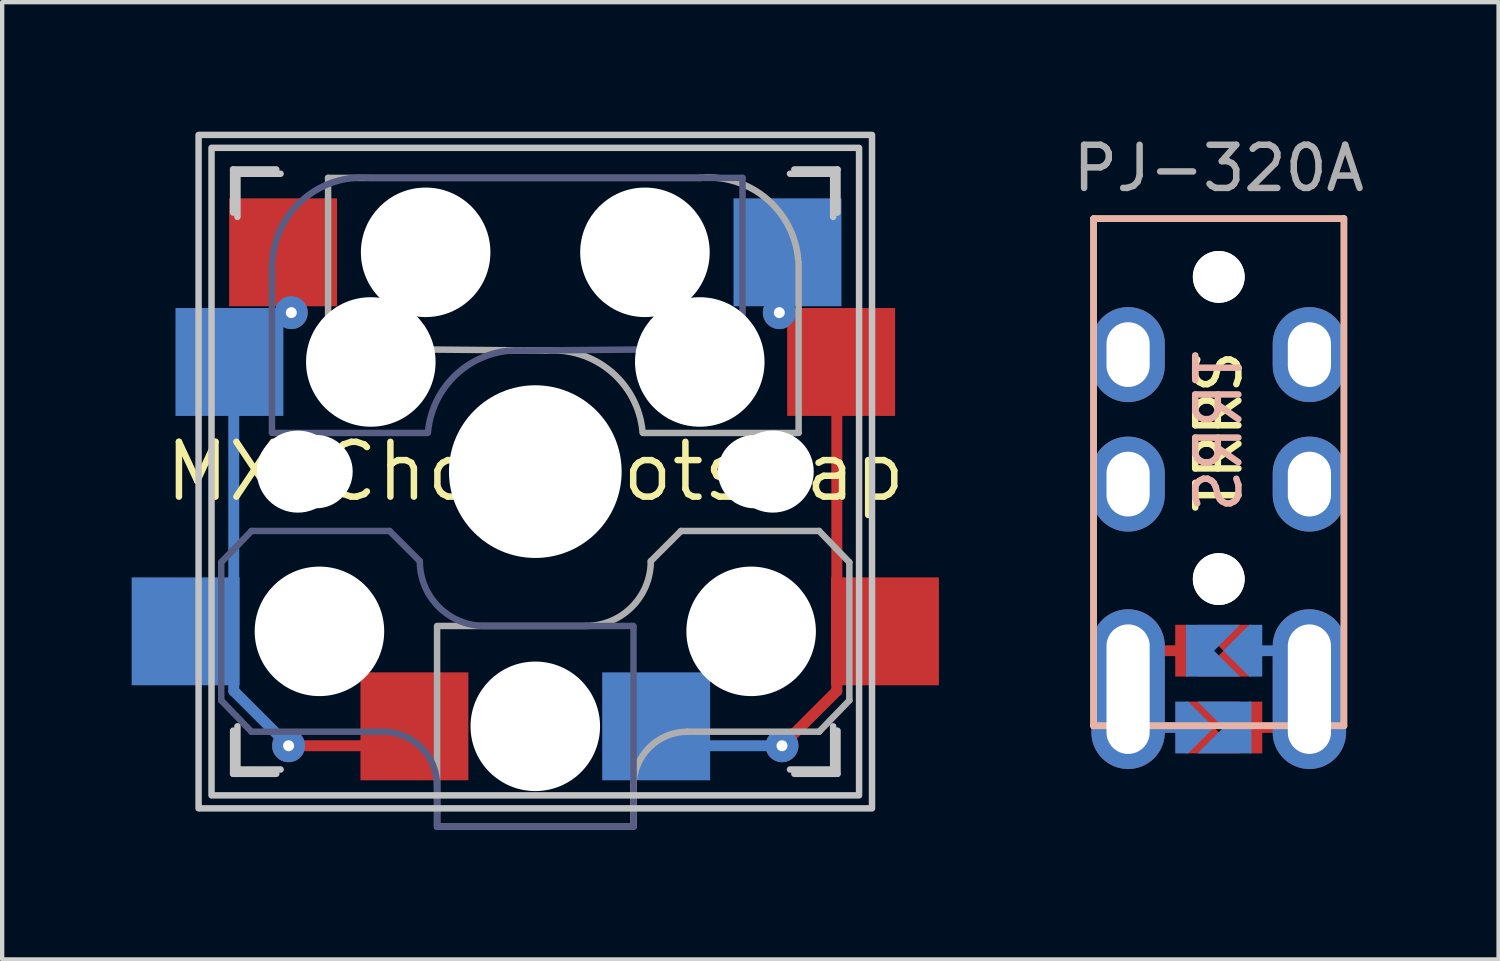
<source format=kicad_pcb>
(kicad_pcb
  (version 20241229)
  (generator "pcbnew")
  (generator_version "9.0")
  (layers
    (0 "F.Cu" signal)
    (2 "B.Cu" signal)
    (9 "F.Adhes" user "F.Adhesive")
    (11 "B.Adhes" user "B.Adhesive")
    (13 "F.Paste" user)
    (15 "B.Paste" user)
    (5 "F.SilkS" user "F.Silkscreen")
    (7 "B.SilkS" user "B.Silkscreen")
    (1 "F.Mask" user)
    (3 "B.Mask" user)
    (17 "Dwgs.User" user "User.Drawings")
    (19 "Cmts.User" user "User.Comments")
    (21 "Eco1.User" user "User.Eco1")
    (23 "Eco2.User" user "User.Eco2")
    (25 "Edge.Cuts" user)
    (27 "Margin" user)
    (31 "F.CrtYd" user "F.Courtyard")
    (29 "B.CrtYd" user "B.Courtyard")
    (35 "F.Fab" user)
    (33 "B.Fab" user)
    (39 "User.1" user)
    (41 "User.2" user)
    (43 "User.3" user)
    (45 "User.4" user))
  (footprint "PJ-320A"
    (layer "F.Cu")
    (at 25.182 1.864)
    (property "Reference" "PJ-320A" (at 0 -1.016 0) (layer "F.Fab") (effects (font (size 1 1) (thickness 0.15))))
    (attr through_hole)
    (fp_line (start -2.9 0.15) (end 2.9 0.15) (stroke (width 0.15) (type solid)) (layer "F.SilkS"))
    (fp_line (start -2.9 11.9) (end -2.9 0.15) (stroke (width 0.15) (type solid)) (layer "F.SilkS"))
    (fp_line (start 2.9 0.15) (end 2.9 11.9) (stroke (width 0.15) (type solid)) (layer "F.SilkS"))
    (fp_line (start 2.9 11.9) (end -2.9 11.9) (stroke (width 0.15) (type solid)) (layer "F.SilkS"))
    (fp_line (start -2.9 0.15) (end -2.9 11.9) (stroke (width 0.15) (type solid)) (layer "B.SilkS"))
    (fp_line (start -2.9 11.9) (end 2.9 11.9) (stroke (width 0.15) (type solid)) (layer "B.SilkS"))
    (fp_line (start 2.9 0.15) (end -2.9 0.15) (stroke (width 0.15) (type solid)) (layer "B.SilkS"))
    (fp_line (start 2.9 11.9) (end 2.9 0.15) (stroke (width 0.15) (type solid)) (layer "B.SilkS"))
    (fp_text user "TRRS" (at 0 5.08 90) (layer "F.SilkS") (effects (font (size 1 1) (thickness 0.15))))
    (fp_text user "TRRS" (at 0 5.08 90) (layer "B.SilkS") (effects (font (size 1 1) (thickness 0.15)) (justify mirror)))
    (pad "" thru_hole oval (at -2.1 11.05 180) (size 1.7 3.7) (drill oval 1 3) (layers "*.Cu" "*.Mask"))
    (pad "" smd custom (at -1.016 10.16 90) (size 0.25 1) (layers "F.Cu") (options (anchor rect)) (primitives))
    (pad "" smd custom (at -1.016 11.938 90) (size 0.25 1) (layers "B.Cu") (options (anchor rect)) (primitives))
    (pad "" smd custom (at -0.508 10.16 90) (size 0.1 0.1) (layers "F.Cu" "F.Mask") (options (anchor rect)) (primitives (gr_poly (pts (xy 0.6 -0.5) (xy -0.6 -0.5) (xy -0.6 -0.2) (xy 0 0.4) (xy 0.6 -0.2)) (width 0) (fill yes))))
    (pad "" smd custom (at -0.508 11.938 90) (size 0.1 0.1) (layers "B.Cu" "B.Mask") (options (anchor rect)) (primitives (gr_poly (pts (xy 0.6 -0.5) (xy -0.6 -0.5) (xy -0.6 -0.2) (xy 0 0.4) (xy 0.6 -0.2)) (width 0) (fill yes))))
    (pad "" np_thru_hole circle (at 0 1.5 180) (size 1.2 1.2) (drill 1.2) (layers "*.Cu" "*.Mask"))
    (pad "" np_thru_hole circle (at 0 1.5) (size 1.2 1.2) (drill 1.2) (layers "*.Cu" "*.Mask"))
    (pad "" np_thru_hole circle (at 0 8.5 180) (size 1.2 1.2) (drill 1.2) (layers "*.Cu" "*.Mask"))
    (pad "" np_thru_hole circle (at 0 8.5) (size 1.2 1.2) (drill 1.2) (layers "*.Cu" "*.Mask"))
    (pad "" smd custom (at 0.508 10.16 270) (size 0.1 0.1) (layers "B.Cu" "B.Mask") (options (anchor rect)) (primitives (gr_poly (pts (xy 0.6 -0.5) (xy -0.6 -0.5) (xy -0.6 -0.2) (xy 0 0.4) (xy 0.6 -0.2)) (width 0) (fill yes))))
    (pad "" smd custom (at 0.508 11.938 270) (size 0.1 0.1) (layers "F.Cu" "F.Mask") (options (anchor rect)) (primitives (gr_poly (pts (xy 0.6 -0.5) (xy -0.6 -0.5) (xy -0.6 -0.2) (xy 0 0.4) (xy 0.6 -0.2)) (width 0) (fill yes))))
    (pad "" smd custom (at 1.016 10.16 90) (size 0.25 1) (layers "B.Cu") (options (anchor rect)) (primitives))
    (pad "" smd custom (at 1.016 11.938 90) (size 0.25 1) (layers "F.Cu") (options (anchor rect)) (primitives))
    (pad "" thru_hole oval (at 2.1 11.05 180) (size 1.7 3.7) (drill oval 1 3) (layers "*.Cu" "*.Mask"))
    (pad "A" smd custom (at -0.508 11.938 270) (size 1.2 0.5) (layers "F.Cu" "F.Mask") (options (anchor rect)) (primitives (gr_poly (pts (xy 0.6 0) (xy -0.6 0) (xy -0.6 -1) (xy 0 -0.4) (xy 0.6 -1)) (width 0) (fill yes))))
    (pad "A" smd custom (at 0.508 11.938 90) (size 1.2 0.5) (layers "B.Cu" "B.Mask") (options (anchor rect)) (primitives (gr_poly (pts (xy 0.6 0) (xy -0.6 0) (xy -0.6 -1) (xy 0 -0.4) (xy 0.6 -1)) (width 0) (fill yes))))
    (pad "B" thru_hole oval (at -2.1 3.3 180) (size 1.7 2.2) (drill oval 1 1.5) (layers "*.Cu" "F.Mask"))
    (pad "B" thru_hole oval (at 2.1 3.3) (size 1.7 2.2) (drill oval 1 1.5) (layers "*.Cu" "B.Mask"))
    (pad "C" thru_hole oval (at -2.1 6.3 180) (size 1.7 2.2) (drill oval 1 1.5) (layers "*.Cu" "F.Mask"))
    (pad "C" thru_hole oval (at 2.1 6.3) (size 1.7 2.2) (drill oval 1 1.5) (layers "*.Cu" "B.Mask"))
    (pad "D" smd custom (at -0.508 10.16 270) (size 1.2 0.5) (layers "B.Cu" "B.Mask") (options (anchor rect)) (primitives (gr_poly (pts (xy 0.6 0) (xy -0.6 0) (xy -0.6 -1) (xy 0 -0.4) (xy 0.6 -1)) (width 0) (fill yes))))
    (pad "D" smd custom (at 0.508 10.16 90) (size 1.2 0.5) (layers "F.Cu" "F.Mask") (options (anchor rect)) (primitives (gr_poly (pts (xy 0.6 0) (xy -0.6 0) (xy -0.6 -1) (xy 0 -0.4) (xy 0.6 -1)) (width 0) (fill yes)))))
  (footprint "MX_Choc_Hotswap"
    (layer "F.Cu")
    (at 9.35 7.875)
    (property "Reference" "MX_Choc_Hotswap" (at 0 0 0) (layer "F.SilkS") (effects (font (size 1.27 1.27) (thickness 0.15))))
    (attr through_hole)
    (fp_line (start -5.715 6.35) (end -1.905 6.35) (stroke (width 0.254) (type default)) (layer "F.Cu"))
    (fp_line (start 6.985 -2.54) (end 6.985 5.08) (stroke (width 0.254) (type default)) (layer "F.Cu"))
    (fp_line (start 6.985 5.08) (end 5.715 6.35) (stroke (width 0.254) (type default)) (layer "F.Cu"))
    (fp_line (start -6.985 -2.54) (end -6.985 5.08) (stroke (width 0.254) (type default)) (layer "B.Cu"))
    (fp_line (start -6.985 5.08) (end -5.715 6.35) (stroke (width 0.254) (type default)) (layer "B.Cu"))
    (fp_line (start 5.715 6.35) (end 1.905 6.35) (stroke (width 0.254) (type default)) (layer "B.Cu"))
    (fp_line (start -7 -6) (end -7 -7) (stroke (width 0.15) (type solid)) (layer "Dwgs.User"))
    (fp_line (start -7 7) (end -7 6) (stroke (width 0.15) (type solid)) (layer "Dwgs.User"))
    (fp_line (start -7 7) (end -6 7) (stroke (width 0.15) (type solid)) (layer "Dwgs.User"))
    (fp_line (start -6.9 -6.9) (end -6.9 -5.9) (stroke (width 0.15) (type solid)) (layer "Dwgs.User"))
    (fp_line (start -6.9 -6.9) (end -5.9 -6.9) (stroke (width 0.15) (type solid)) (layer "Dwgs.User"))
    (fp_line (start -6.9 5.9) (end -6.9 6.9) (stroke (width 0.15) (type solid)) (layer "Dwgs.User"))
    (fp_line (start -6 -7) (end -7 -7) (stroke (width 0.15) (type solid)) (layer "Dwgs.User"))
    (fp_line (start -5.9 6.9) (end -6.9 6.9) (stroke (width 0.15) (type solid)) (layer "Dwgs.User"))
    (fp_line (start 5.9 -6.9) (end 6.9 -6.9) (stroke (width 0.15) (type solid)) (layer "Dwgs.User"))
    (fp_line (start 6 7) (end 7 7) (stroke (width 0.15) (type solid)) (layer "Dwgs.User"))
    (fp_line (start 6.9 -5.9) (end 6.9 -6.9) (stroke (width 0.15) (type solid)) (layer "Dwgs.User"))
    (fp_line (start 6.9 6.9) (end 5.9 6.9) (stroke (width 0.15) (type solid)) (layer "Dwgs.User"))
    (fp_line (start 6.9 6.9) (end 6.9 5.9) (stroke (width 0.15) (type solid)) (layer "Dwgs.User"))
    (fp_line (start 7 -7) (end 6 -7) (stroke (width 0.15) (type solid)) (layer "Dwgs.User"))
    (fp_line (start 7 -7) (end 7 -6) (stroke (width 0.15) (type solid)) (layer "Dwgs.User"))
    (fp_line (start 7 6) (end 7 7) (stroke (width 0.15) (type solid)) (layer "Dwgs.User"))
    (fp_rect (start -7.8 -7.8) (end 7.8 7.8) (stroke (width 0.15) (type default)) (fill no) (layer "Dwgs.User"))
    (fp_rect (start -7.5 -7.5) (end 7.5 7.5) (stroke (width 0.15) (type default)) (fill no) (layer "Dwgs.User"))
    (fp_circle (center 0 0) (end 1 0) (stroke (width 0.1) (type default)) (fill no) (layer "Dwgs.User"))
    (fp_circle (center 0 0) (end 1 0) (stroke (width 0.1) (type default)) (fill no) (layer "Dwgs.User"))
    (fp_line (start -7.275 2.1) (end -7.275 5.3) (stroke (width 0.15) (type solid)) (layer "B.Fab"))
    (fp_line (start -7.275 2.1) (end -6.575 1.375) (stroke (width 0.15) (type solid)) (layer "B.Fab"))
    (fp_line (start -6.575 6.025) (end -7.275 5.3) (stroke (width 0.15) (type solid)) (layer "B.Fab"))
    (fp_line (start -6.1 -4.85) (end -6.1 -0.905) (stroke (width 0.15) (type solid)) (layer "B.Fab"))
    (fp_line (start -6.1 -0.896) (end -2.49 -0.896) (stroke (width 0.15) (type solid)) (layer "B.Fab"))
    (fp_line (start -3.525 6.025) (end -6.575 6.025) (stroke (width 0.15) (type solid)) (layer "B.Fab"))
    (fp_line (start -3.375 1.375) (end -6.575 1.375) (stroke (width 0.15) (type solid)) (layer "B.Fab"))
    (fp_line (start -2.675 2.075) (end -3.375 1.375) (stroke (width 0.15) (type solid)) (layer "B.Fab"))
    (fp_line (start -2.275 7.275) (end -2.275 8.2) (stroke (width 0.15) (type solid)) (layer "B.Fab"))
    (fp_line (start 2.275 3.575) (end -1.175 3.575) (stroke (width 0.15) (type solid)) (layer "B.Fab"))
    (fp_line (start 2.275 3.6) (end 2.275 8.2) (stroke (width 0.15) (type solid)) (layer "B.Fab"))
    (fp_line (start 2.275 8.225) (end -2.275 8.225) (stroke (width 0.15) (type solid)) (layer "B.Fab"))
    (fp_line (start 4.8 -6.804) (end -3.825 -6.804) (stroke (width 0.15) (type solid)) (layer "B.Fab"))
    (fp_line (start 4.8 -2.896) (end 4.8 -6.804) (stroke (width 0.15) (type solid)) (layer "B.Fab"))
    (fp_line (start 4.8 -2.85) (end -0.25 -2.804) (stroke (width 0.15) (type solid)) (layer "B.Fab"))
    (fp_arc (start -6.089 -4.92) (mid -5.347189 -6.33089) (end -3.825 -6.804) (stroke (width 0.15) (type solid)) (layer "B.Fab"))
    (fp_arc (start -3.525 6.025) (mid -2.641116 6.391116) (end -2.275 7.275) (stroke (width 0.15) (type default)) (layer "B.Fab"))
    (fp_arc (start -2.485 -0.92) (mid -1.744361 -2.328061) (end -0.225 -2.8) (stroke (width 0.15) (type solid)) (layer "B.Fab"))
    (fp_arc (start -1.175 3.574999) (mid -2.235659 3.13566) (end -2.674999 2.075) (stroke (width 0.15) (type solid)) (layer "B.Fab"))
    (fp_line (start -4.8 -6.804) (end 3.825 -6.804) (stroke (width 0.15) (type solid)) (layer "F.Fab"))
    (fp_line (start -4.8 -2.896) (end -4.8 -6.804) (stroke (width 0.15) (type solid)) (layer "F.Fab"))
    (fp_line (start -4.8 -2.85) (end 0.25 -2.804) (stroke (width 0.15) (type solid)) (layer "F.Fab"))
    (fp_line (start -2.275 3.575) (end 1.175 3.575) (stroke (width 0.15) (type solid)) (layer "F.Fab"))
    (fp_line (start -2.275 3.6) (end -2.275 8.2) (stroke (width 0.15) (type solid)) (layer "F.Fab"))
    (fp_line (start -2.275 8.225) (end 2.275 8.225) (stroke (width 0.15) (type solid)) (layer "F.Fab"))
    (fp_line (start 2.275 7.275) (end 2.275 8.2) (stroke (width 0.15) (type solid)) (layer "F.Fab"))
    (fp_line (start 2.675 2.075) (end 3.375 1.375) (stroke (width 0.15) (type solid)) (layer "F.Fab"))
    (fp_line (start 3.375 1.375) (end 6.575 1.375) (stroke (width 0.15) (type solid)) (layer "F.Fab"))
    (fp_line (start 3.525 6.025) (end 6.575 6.025) (stroke (width 0.15) (type solid)) (layer "F.Fab"))
    (fp_line (start 6.1 -4.85) (end 6.1 -0.905) (stroke (width 0.15) (type solid)) (layer "F.Fab"))
    (fp_line (start 6.1 -0.896) (end 2.49 -0.896) (stroke (width 0.15) (type solid)) (layer "F.Fab"))
    (fp_line (start 6.575 6.025) (end 7.275 5.3) (stroke (width 0.15) (type solid)) (layer "F.Fab"))
    (fp_line (start 7.275 2.1) (end 6.575 1.375) (stroke (width 0.15) (type solid)) (layer "F.Fab"))
    (fp_line (start 7.275 2.1) (end 7.275 5.3) (stroke (width 0.15) (type solid)) (layer "F.Fab"))
    (fp_arc (start 0.225 -2.8) (mid 1.74436 -2.328061) (end 2.485 -0.92) (stroke (width 0.15) (type solid)) (layer "F.Fab"))
    (fp_arc (start 2.275 7.275) (mid 2.641116 6.391116) (end 3.525 6.025) (stroke (width 0.15) (type default)) (layer "F.Fab"))
    (fp_arc (start 2.674999 2.075) (mid 2.235659 3.135659) (end 1.175 3.574999) (stroke (width 0.15) (type solid)) (layer "F.Fab"))
    (fp_arc (start 3.825 -6.804) (mid 5.347189 -6.33089) (end 6.089 -4.92) (stroke (width 0.15) (type solid)) (layer "F.Fab"))
    (pad "" np_thru_hole circle (at -5.5 0 90) (size 1.9 1.9) (drill 1.9) (layers "*.Cu" "*.Mask"))
    (pad "" np_thru_hole circle (at -5.08 0) (size 1.7 1.7) (drill 1.7) (layers "*.Cu" "*.Mask"))
    (pad "" np_thru_hole circle (at -5 3.7 90) (size 3 3) (drill 3) (layers "*.Cu" "*.Mask"))
    (pad "" np_thru_hole circle (at -3.81 -2.54 180) (size 3 3) (drill 3) (layers "*.Cu" "*.Mask"))
    (pad "" np_thru_hole circle (at -2.54 -5.08 180) (size 3 3) (drill 3) (layers "*.Cu" "*.Mask"))
    (pad "" np_thru_hole circle (at 0 0 270) (size 4 4) (drill 4) (layers "*.Cu" "*.Mask"))
    (pad "" np_thru_hole circle (at 0 5.9 90) (size 3 3) (drill 3) (layers "*.Cu" "*.Mask"))
    (pad "" np_thru_hole circle (at 2.54 -5.08 180) (size 3 3) (drill 3) (layers "*.Cu" "*.Mask"))
    (pad "" np_thru_hole circle (at 3.81 -2.54 180) (size 3 3) (drill 3) (layers "*.Cu" "*.Mask"))
    (pad "" np_thru_hole circle (at 5 3.7 270) (size 3 3) (drill 3) (layers "*.Cu" "*.Mask"))
    (pad "" np_thru_hole circle (at 5.08 0) (size 1.7 1.7) (drill 1.7) (layers "*.Cu" "*.Mask"))
    (pad "" np_thru_hole circle (at 5.5 0 90) (size 1.9 1.9) (drill 1.9) (layers "*.Cu" "*.Mask"))
    (pad "1" smd rect (at -8.1 3.7 180) (size 2.5 2.5) (layers "B.Cu" "B.Mask" "B.Paste"))
    (pad "1" smd rect (at -7.085 -2.54 180) (size 2.5 2.5) (layers "B.Cu" "B.Mask" "B.Paste"))
    (pad "1" smd rect (at -5.842 -5.08 180) (size 2.5 2.5) (layers "F.Cu" "F.Mask" "F.Paste"))
    (pad "1" thru_hole circle (at -5.715 6.35 181) (size 0.762 0.762) (drill 0.254) (layers "*.Cu"))
    (pad "1" thru_hole circle (at -5.652 -3.683 180) (size 0.762 0.762) (drill 0.254) (layers "*.Cu"))
    (pad "1" smd rect (at -2.8 5.9 180) (size 2.5 2.5) (layers "F.Cu" "F.Mask" "F.Paste"))
    (pad "1" thru_hole circle (at 5.715 6.35 179) (size 0.762 0.762) (drill 0.254) (layers "*.Cu"))
    (pad "2" smd rect (at 2.8 5.9 180) (size 2.5 2.5) (layers "B.Cu" "B.Mask" "B.Paste"))
    (pad "2" thru_hole circle (at 5.652 -3.683 180) (size 0.762 0.762) (drill 0.254) (layers "*.Cu"))
    (pad "2" smd rect (at 5.842 -5.08 180) (size 2.5 2.5) (layers "B.Cu" "B.Mask" "B.Paste"))
    (pad "2" smd rect (at 7.085 -2.54 180) (size 2.5 2.5) (layers "F.Cu" "F.Mask" "F.Paste"))
    (pad "2" smd rect (at 8.1 3.7 180) (size 2.5 2.5) (layers "F.Cu" "F.Mask" "F.Paste")))
  (gr_rect
    (start -3 -3)
    (end 31.664 19.175)
    (stroke (width 0.1) (type default))
    (fill no)
    (layer "Edge.Cuts")))
</source>
